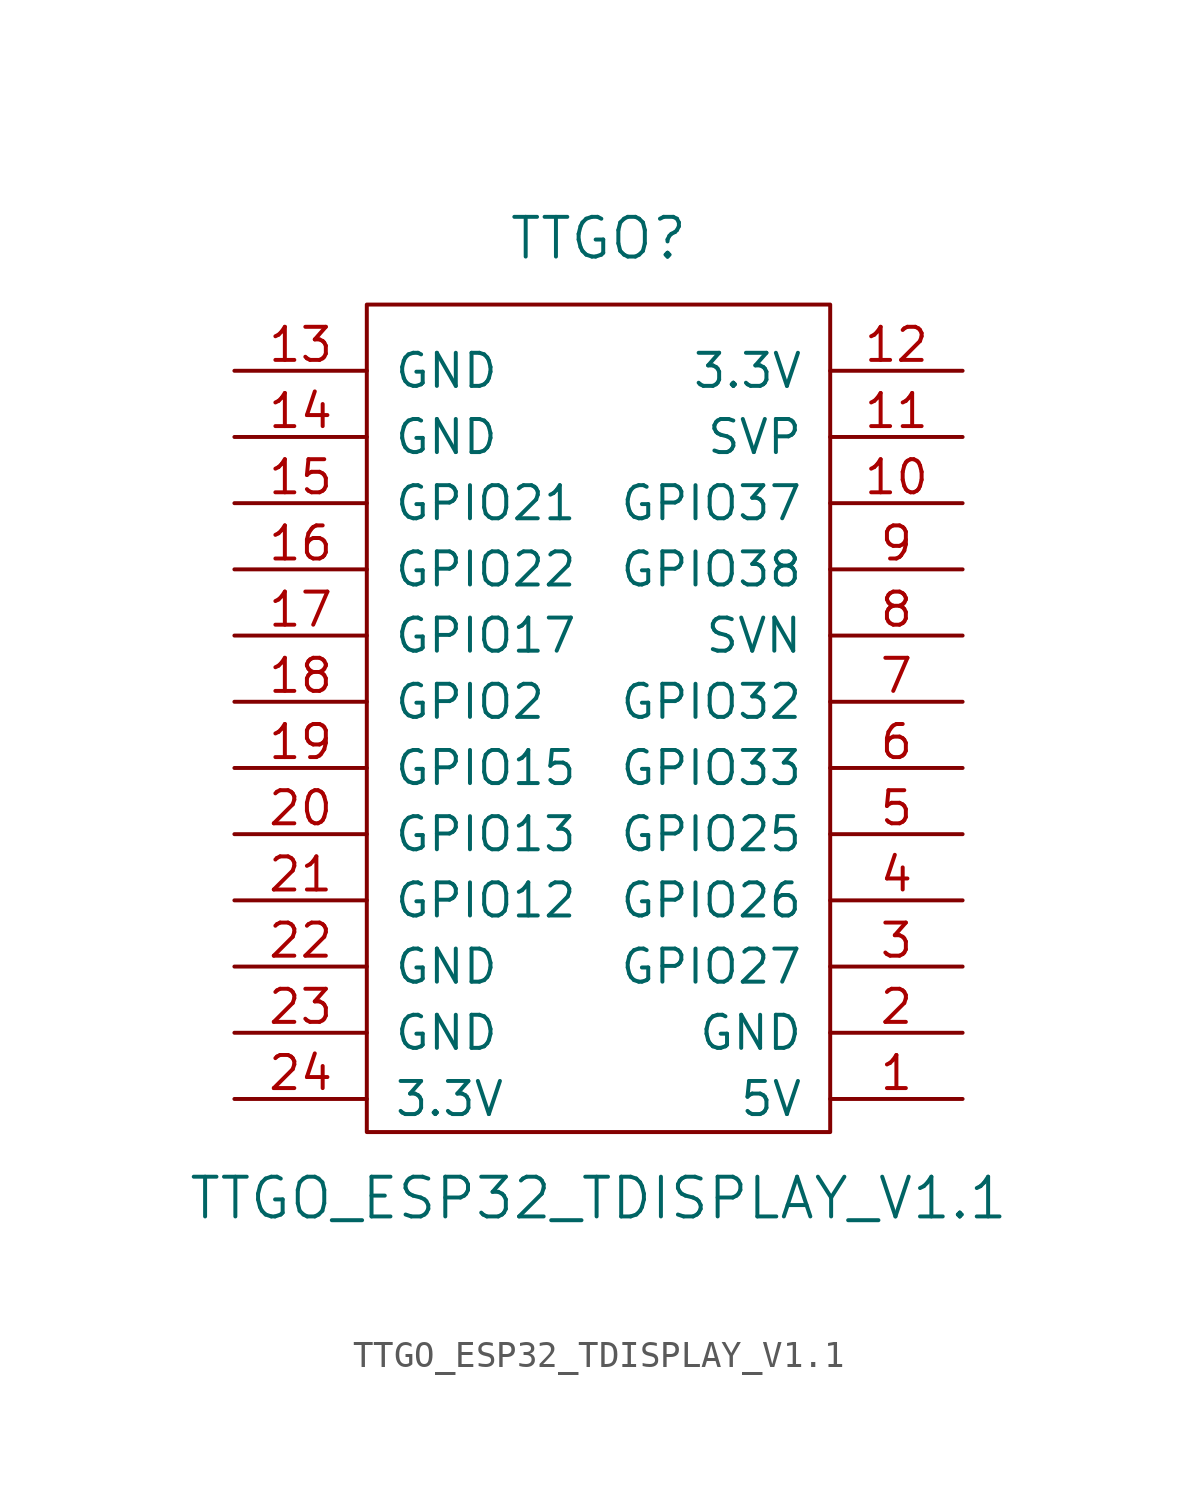
<source format=kicad_sym>
(kicad_symbol_lib
  (version 20220914)
  (generator kicad_symbol_editor)
  (symbol "TTGO_ESP32_TDISPLAY_V1.1"
    (pin_names
      (offset 1.016))
    (property "Reference" "TTGO"
      (at 8.89 34.29 0)
      (effects (font (size 1.524 1.524))))
    (property "Value" "TTGO_ESP32_TDISPLAY_V1.1"
      (at 8.89 -2.54 0)
      (effects (font (size 1.524 1.524))))
    (symbol "TTGO_ESP32_TDISPLAY_V1.1_0_1"
      (rectangle (start 0 0) (end 17.78 31.75) (stroke (width 0) (type solid)) (fill (type none))))
    (symbol "TTGO_ESP32_TDISPLAY_V1.1_1_1"
      (pin power_out line (at 22.86 1.27 180) (length 5.08) (name "5V" (effects (font (size 1.27 1.27)))) (number "1" (effects (font (size 1.27 1.27)))))
      (pin bidirectional line (at 22.86 24.13 180) (length 5.08) (name "GPIO37" (effects (font (size 1.27 1.27)))) (number "10" (effects (font (size 1.27 1.27)))))
      (pin unspecified line (at 22.86 26.67 180) (length 5.08) (name "SVP" (effects (font (size 1.27 1.27)))) (number "11" (effects (font (size 1.27 1.27)))))
      (pin power_out line (at 22.86 29.21 180) (length 5.08) (name "3.3V" (effects (font (size 1.27 1.27)))) (number "12" (effects (font (size 1.27 1.27)))))
      (pin power_in line (at -5.08 29.21 0) (length 5.08) (name "GND" (effects (font (size 1.27 1.27)))) (number "13" (effects (font (size 1.27 1.27)))))
      (pin power_in line (at -5.08 26.67 0) (length 5.08) (name "GND" (effects (font (size 1.27 1.27)))) (number "14" (effects (font (size 1.27 1.27)))))
      (pin bidirectional line (at -5.08 24.13 0) (length 5.08) (name "GPIO21" (effects (font (size 1.27 1.27)))) (number "15" (effects (font (size 1.27 1.27)))))
      (pin bidirectional line (at -5.08 21.59 0) (length 5.08) (name "GPIO22" (effects (font (size 1.27 1.27)))) (number "16" (effects (font (size 1.27 1.27)))))
      (pin bidirectional line (at -5.08 19.05 0) (length 5.08) (name "GPIO17" (effects (font (size 1.27 1.27)))) (number "17" (effects (font (size 1.27 1.27)))))
      (pin bidirectional line (at -5.08 16.51 0) (length 5.08) (name "GPIO2" (effects (font (size 1.27 1.27)))) (number "18" (effects (font (size 1.27 1.27)))))
      (pin bidirectional line (at -5.08 13.97 0) (length 5.08) (name "GPIO15" (effects (font (size 1.27 1.27)))) (number "19" (effects (font (size 1.27 1.27)))))
      (pin power_in line (at 22.86 3.81 180) (length 5.08) (name "GND" (effects (font (size 1.27 1.27)))) (number "2" (effects (font (size 1.27 1.27)))))
      (pin bidirectional line (at -5.08 11.43 0) (length 5.08) (name "GPIO13" (effects (font (size 1.27 1.27)))) (number "20" (effects (font (size 1.27 1.27)))))
      (pin bidirectional line (at -5.08 8.89 0) (length 5.08) (name "GPIO12" (effects (font (size 1.27 1.27)))) (number "21" (effects (font (size 1.27 1.27)))))
      (pin power_in line (at -5.08 6.35 0) (length 5.08) (name "GND" (effects (font (size 1.27 1.27)))) (number "22" (effects (font (size 1.27 1.27)))))
      (pin power_in line (at -5.08 3.81 0) (length 5.08) (name "GND" (effects (font (size 1.27 1.27)))) (number "23" (effects (font (size 1.27 1.27)))))
      (pin power_out line (at -5.08 1.27 0) (length 5.08) (name "3.3V" (effects (font (size 1.27 1.27)))) (number "24" (effects (font (size 1.27 1.27)))))
      (pin bidirectional line (at 22.86 6.35 180) (length 5.08) (name "GPIO27" (effects (font (size 1.27 1.27)))) (number "3" (effects (font (size 1.27 1.27)))))
      (pin bidirectional line (at 22.86 8.89 180) (length 5.08) (name "GPIO26" (effects (font (size 1.27 1.27)))) (number "4" (effects (font (size 1.27 1.27)))))
      (pin bidirectional line (at 22.86 11.43 180) (length 5.08) (name "GPIO25" (effects (font (size 1.27 1.27)))) (number "5" (effects (font (size 1.27 1.27)))))
      (pin bidirectional line (at 22.86 13.97 180) (length 5.08) (name "GPIO33" (effects (font (size 1.27 1.27)))) (number "6" (effects (font (size 1.27 1.27)))))
      (pin bidirectional line (at 22.86 16.51 180) (length 5.08) (name "GPIO32" (effects (font (size 1.27 1.27)))) (number "7" (effects (font (size 1.27 1.27)))))
      (pin unspecified line (at 22.86 19.05 180) (length 5.08) (name "SVN" (effects (font (size 1.27 1.27)))) (number "8" (effects (font (size 1.27 1.27)))))
      (pin bidirectional line (at 22.86 21.59 180) (length 5.08) (name "GPIO38" (effects (font (size 1.27 1.27)))) (number "9" (effects (font (size 1.27 1.27))))))))
</source>
